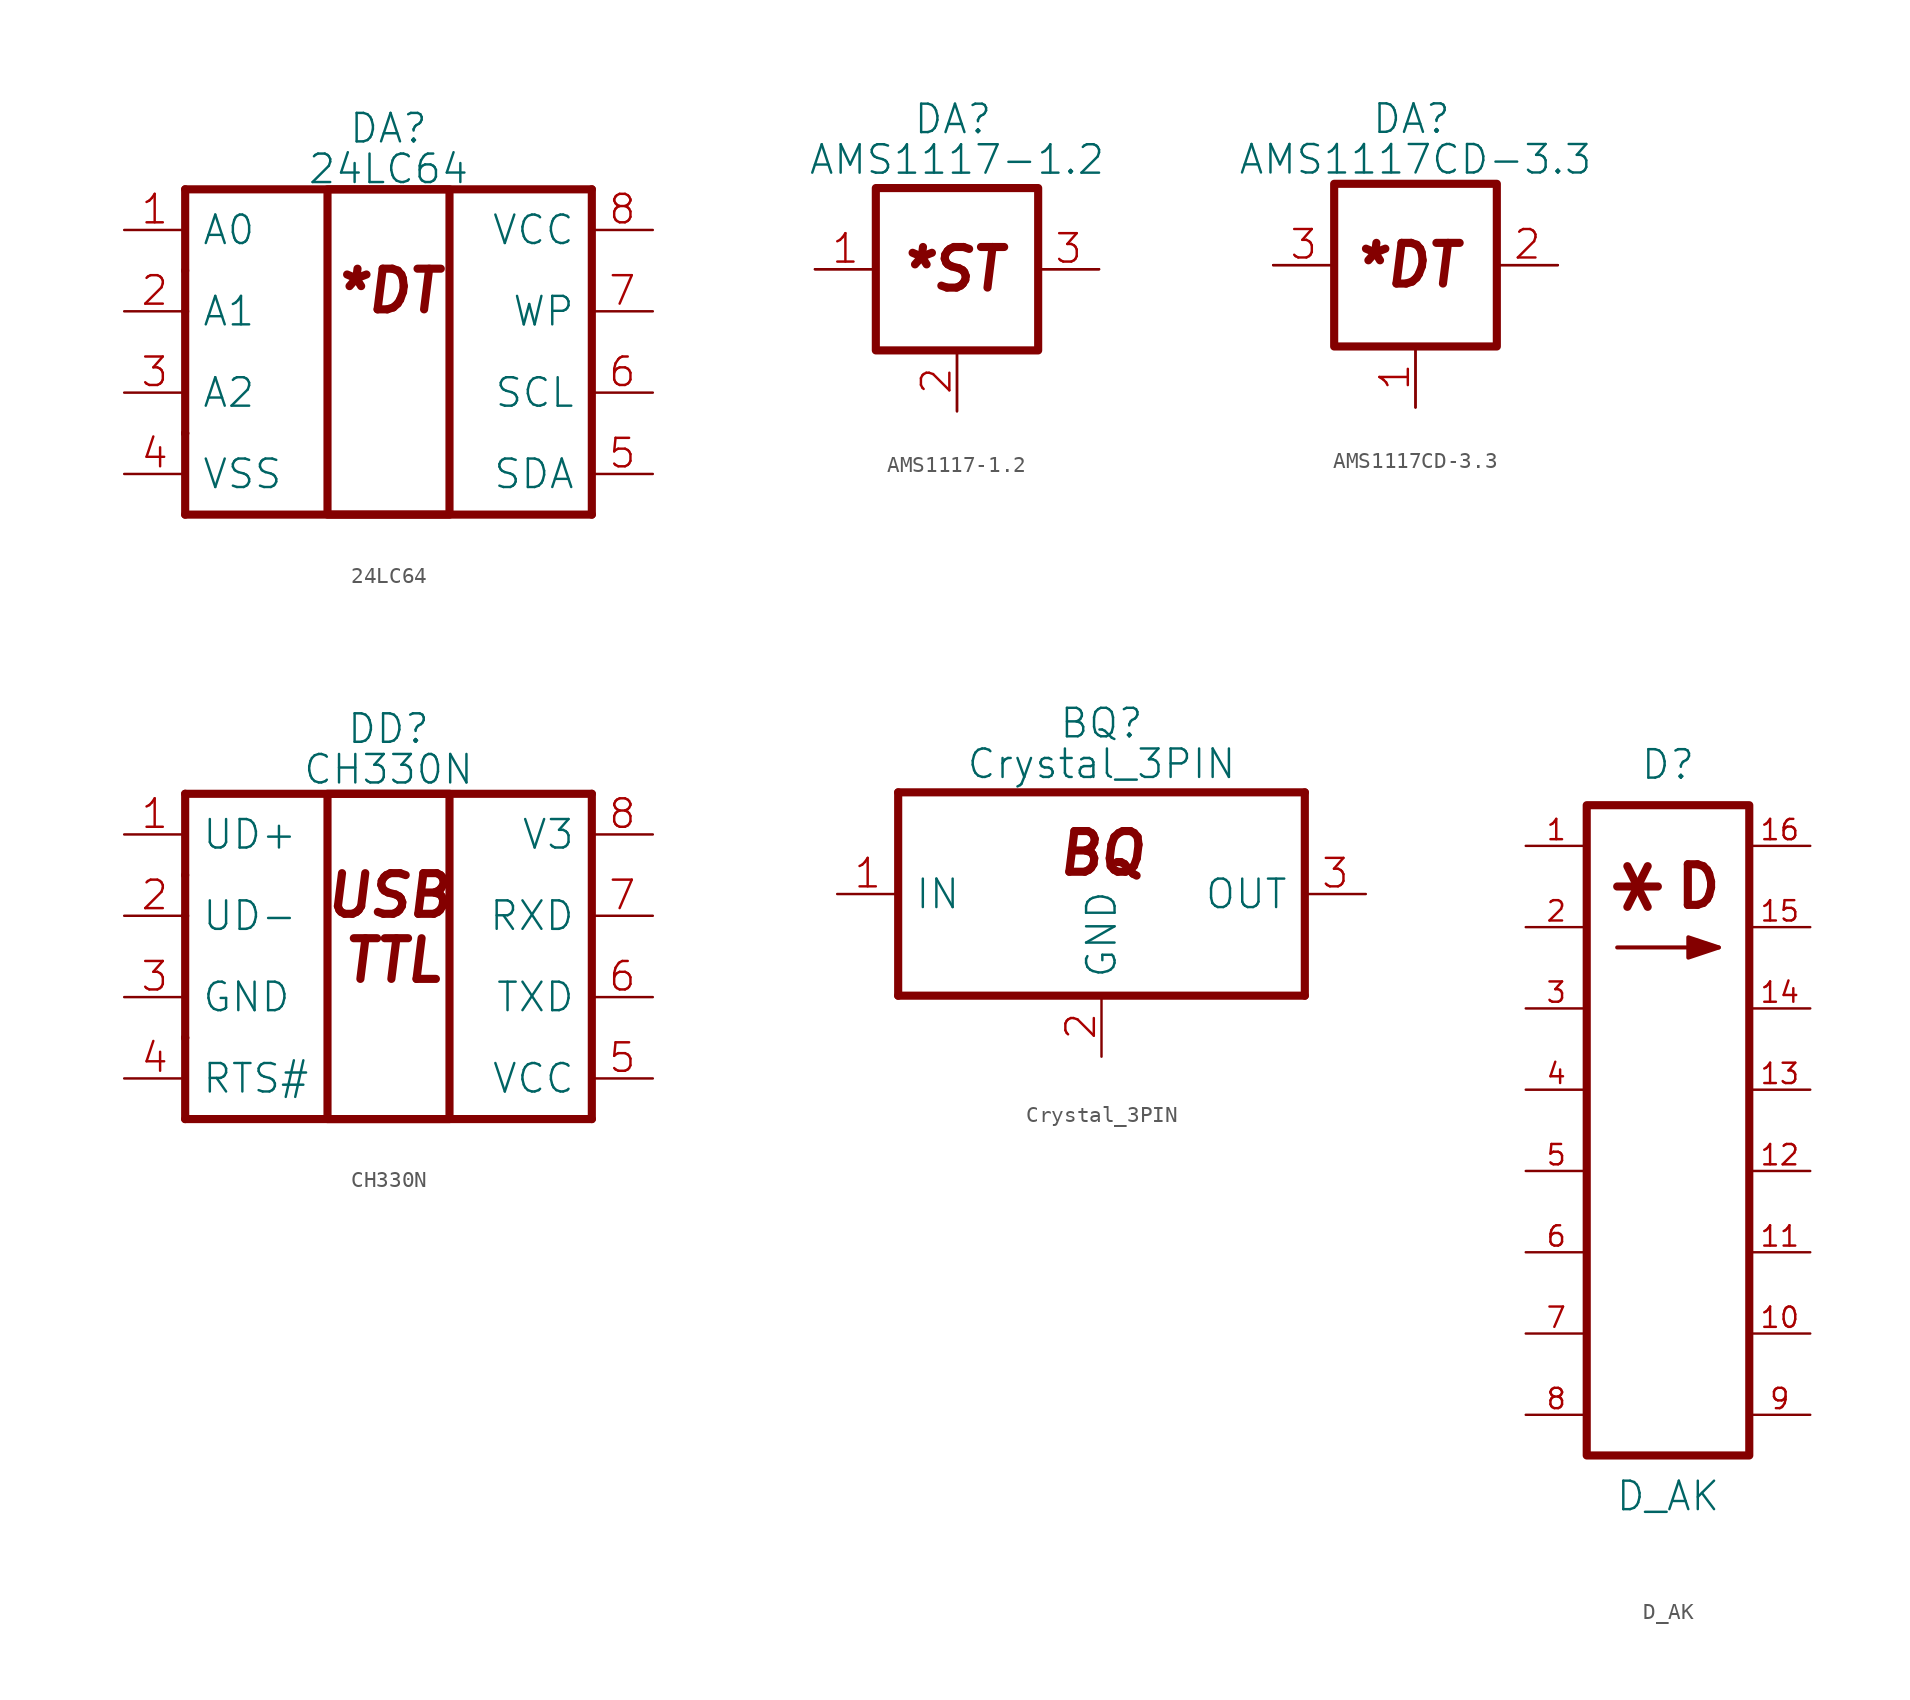
<source format=kicad_sym>
(kicad_symbol_lib
  (version 20211014)
  (generator kicad_symbol_editor)
  (symbol "24LC64"
    (pin_names
      (offset 1.016))
    (property "Reference" "DA"
      (at 0 13.97 0)
      (effects (font (size 1.778 1.778))))
    (property "Value" "24LC64"
      (at 0 11.43 0)
      (effects (font (size 1.778 1.778))))
    (symbol "24LC64_0_1"
      (rectangle (start -3.81 10.16) (end 3.81 -10.16) (stroke (width 0.508) (type default) (color 0 0 0 0)) (fill (type none)))
      (polyline (pts (xy -12.7 -10.16) (xy 12.7 -10.16)) (stroke (width 0.508) (type default) (color 0 0 0 0)) (fill (type none)))
      (polyline (pts (xy -12.7 -5.08) (xy -12.7 -10.16)) (stroke (width 0.508) (type default) (color 0 0 0 0)) (fill (type none)))
      (polyline (pts (xy 12.7 -10.16) (xy 12.7 10.16)) (stroke (width 0.508) (type default) (color 0 0 0 0)) (fill (type none)))
      (polyline (pts (xy 12.7 10.16) (xy -12.7 10.16)) (stroke (width 0.508) (type default) (color 0 0 0 0)) (fill (type none))))
    (symbol "24LC64_1_1"
      (polyline (pts (xy -12.7 -5.08) (xy -12.7 -5.08)) (stroke (width 0.508) (type default) (color 0 0 0 0)) (fill (type none)))
      (polyline (pts (xy -12.7 -5.08) (xy -12.7 5.08)) (stroke (width 0.508) (type default) (color 0 0 0 0)) (fill (type none)))
      (polyline (pts (xy -12.7 2.54) (xy -12.7 2.54)) (stroke (width 0.508) (type default) (color 0 0 0 0)) (fill (type none)))
      (polyline (pts (xy -12.7 5.08) (xy -12.7 5.08)) (stroke (width 0) (type default) (color 0 0 0 0)) (fill (type none)))
      (polyline (pts (xy -12.7 10.16) (xy -12.7 5.08)) (stroke (width 0.508) (type default) (color 0 0 0 0)) (fill (type none)))
      (text "*DT" (at 0 3.81 0) (effects (font (size 2.54 2.54) bold italic)))
      (pin input line (at -16.51 7.62 0) (length 3.81) (name "A0" (effects (font (size 1.778 1.778)))) (number "1" (effects (font (size 1.778 1.778)))))
      (pin input line (at -16.51 2.54 0) (length 3.81) (name "A1" (effects (font (size 1.778 1.778)))) (number "2" (effects (font (size 1.778 1.778)))))
      (pin input line (at -16.51 -2.54 0) (length 3.81) (name "A2" (effects (font (size 1.778 1.778)))) (number "3" (effects (font (size 1.778 1.778)))))
      (pin power_in line (at -16.51 -7.62 0) (length 3.81) (name "VSS" (effects (font (size 1.778 1.778)))) (number "4" (effects (font (size 1.778 1.778)))))
      (pin input line (at 16.51 -7.62 180) (length 3.81) (name "SDA" (effects (font (size 1.778 1.778)))) (number "5" (effects (font (size 1.778 1.778)))))
      (pin input line (at 16.51 -2.54 180) (length 3.81) (name "SCL" (effects (font (size 1.778 1.778)))) (number "6" (effects (font (size 1.778 1.778)))))
      (pin input line (at 16.51 2.54 180) (length 3.81) (name "WP" (effects (font (size 1.778 1.778)))) (number "7" (effects (font (size 1.778 1.778)))))
      (pin power_in line (at 16.51 7.62 180) (length 3.81) (name "VCC" (effects (font (size 1.778 1.778)))) (number "8" (effects (font (size 1.778 1.778)))))))
  (symbol "AMS1117-1.2"
    (pin_names
      (offset 1.016) hide)
    (property "Reference" "DA"
      (at -0.254 9.398 0)
      (effects (font (size 1.778 1.778))))
    (property "Value" "AMS1117-1.2"
      (at 0 6.858 0)
      (effects (font (size 1.778 1.778))))
    (symbol "AMS1117-1.2_1_1"
      (rectangle (start -5.08 5.08) (end 5.08 -5.08) (stroke (width 0.508) (type default) (color 0 0 0 0)) (fill (type none)))
      (polyline (pts (xy -8.89 0) (xy -5.08 0)) (stroke (width 0) (type default) (color 0 0 0 0)) (fill (type none)))
      (polyline (pts (xy 0 -5.08) (xy 0 -8.89)) (stroke (width 0) (type default) (color 0 0 0 0)) (fill (type none)))
      (polyline (pts (xy 5.08 0) (xy 8.89 0)) (stroke (width 0) (type default) (color 0 0 0 0)) (fill (type none)))
      (text "*ST" (at -0.254 0 0) (effects (font (size 2.54 2.54) bold italic)))
      (pin power_in line (at -8.89 0 0) (length 3.81) (name "IN" (effects (font (size 1.778 1.778)))) (number "1" (effects (font (size 1.778 1.778)))))
      (pin power_in line (at 0 -8.89 90) (length 3.81) (name "GND" (effects (font (size 1.778 1.778)))) (number "2" (effects (font (size 1.778 1.778)))))
      (pin power_out line (at 8.89 0 180) (length 3.81) (name "OUT" (effects (font (size 1.778 1.778)))) (number "3" (effects (font (size 1.778 1.778)))))))
  (symbol "AMS1117CD-3.3"
    (pin_names
      (offset 2.007) hide)
    (property "Reference" "DA"
      (at -0.254 9.144 0)
      (effects (font (size 1.778 1.778))))
    (property "Value" "AMS1117CD-3.3"
      (at 0 6.604 0)
      (effects (font (size 1.778 1.778))))
    (symbol "AMS1117CD-3.3_1_1"
      (rectangle (start -5.08 5.08) (end 5.08 -5.08) (stroke (width 0.508) (type default) (color 0 0 0 0)) (fill (type none)))
      (polyline (pts (xy -5.08 0) (xy -8.89 0)) (stroke (width 0) (type default) (color 0 0 0 0)) (fill (type none)))
      (polyline (pts (xy 0 -8.89) (xy 0 -5.08)) (stroke (width 0) (type default) (color 0 0 0 0)) (fill (type none)))
      (polyline (pts (xy 5.08 0) (xy 8.89 0)) (stroke (width 0) (type default) (color 0 0 0 0)) (fill (type none)))
      (text "*DT" (at -0.508 0 0) (effects (font (size 2.54 2.54) bold italic)))
      (pin power_in line (at 0 -8.89 90) (length 3.81) (name "IN" (effects (font (size 1.778 1.778)))) (number "1" (effects (font (size 1.778 1.778)))))
      (pin power_in line (at 8.89 0 180) (length 3.81) (name "GND" (effects (font (size 1.778 1.778)))) (number "2" (effects (font (size 1.778 1.778)))))
      (pin power_out line (at -8.89 0 0) (length 3.81) (name "OUTPUT" (effects (font (size 1.778 1.778)))) (number "3" (effects (font (size 1.778 1.778)))))))
  (symbol "CH330N"
    (pin_names
      (offset 1.016))
    (property "Reference" "DD"
      (at 0 14.224 0)
      (effects (font (size 1.778 1.778))))
    (property "Value" "CH330N"
      (at 0 11.684 0)
      (effects (font (size 1.778 1.778))))
    (symbol "CH330N_0_1"
      (rectangle (start -3.81 10.16) (end 3.81 -10.16) (stroke (width 0.508) (type default) (color 0 0 0 0)) (fill (type none)))
      (polyline (pts (xy -12.7 -10.16) (xy 12.7 -10.16)) (stroke (width 0.508) (type default) (color 0 0 0 0)) (fill (type none)))
      (polyline (pts (xy -12.7 -5.08) (xy -12.7 -10.16)) (stroke (width 0.508) (type default) (color 0 0 0 0)) (fill (type none)))
      (polyline (pts (xy 12.7 -10.16) (xy 12.7 10.16)) (stroke (width 0.508) (type default) (color 0 0 0 0)) (fill (type none)))
      (polyline (pts (xy 12.7 10.16) (xy -12.7 10.16)) (stroke (width 0.508) (type default) (color 0 0 0 0)) (fill (type none))))
    (symbol "CH330N_1_1"
      (polyline (pts (xy -12.7 -5.08) (xy -12.7 -5.08)) (stroke (width 0.508) (type default) (color 0 0 0 0)) (fill (type none)))
      (polyline (pts (xy -12.7 -5.08) (xy -12.7 5.08)) (stroke (width 0.508) (type default) (color 0 0 0 0)) (fill (type none)))
      (polyline (pts (xy -12.7 2.54) (xy -12.7 2.54)) (stroke (width 0.508) (type default) (color 0 0 0 0)) (fill (type none)))
      (polyline (pts (xy -12.7 5.08) (xy -12.7 5.08)) (stroke (width 0) (type default) (color 0 0 0 0)) (fill (type none)))
      (polyline (pts (xy -12.7 10.16) (xy -12.7 5.08)) (stroke (width 0.508) (type default) (color 0 0 0 0)) (fill (type none)))
      (text "TTL" (at 0.254 -0.254 0) (effects (font (size 2.54 2.54) bold italic)))
      (text "USB" (at 0 3.81 0) (effects (font (size 2.54 2.54) bold italic)))
      (pin bidirectional line (at -16.51 7.62 0) (length 3.81) (name "UD+" (effects (font (size 1.778 1.778)))) (number "1" (effects (font (size 1.778 1.778)))))
      (pin bidirectional line (at -16.51 2.54 0) (length 3.81) (name "UD-" (effects (font (size 1.778 1.778)))) (number "2" (effects (font (size 1.778 1.778)))))
      (pin power_in line (at -16.51 -2.54 0) (length 3.81) (name "GND" (effects (font (size 1.778 1.778)))) (number "3" (effects (font (size 1.778 1.778)))))
      (pin input line (at -16.51 -7.62 0) (length 3.81) (name "RTS#" (effects (font (size 1.778 1.778)))) (number "4" (effects (font (size 1.778 1.778)))))
      (pin power_in line (at 16.51 -7.62 180) (length 3.81) (name "VCC" (effects (font (size 1.778 1.778)))) (number "5" (effects (font (size 1.778 1.778)))))
      (pin output line (at 16.51 -2.54 180) (length 3.81) (name "TXD" (effects (font (size 1.778 1.778)))) (number "6" (effects (font (size 1.778 1.778)))))
      (pin input line (at 16.51 2.54 180) (length 3.81) (name "RXD" (effects (font (size 1.778 1.778)))) (number "7" (effects (font (size 1.778 1.778)))))
      (pin passive line (at 16.51 7.62 180) (length 3.81) (name "V3" (effects (font (size 1.778 1.778)))) (number "8" (effects (font (size 1.778 1.778)))))))
  (symbol "Crystal_3PIN"
    (pin_names
      (offset 1.016))
    (property "Reference" "BQ"
      (at 0 14.478 0)
      (effects (font (size 1.778 1.778))))
    (property "Value" "Crystal_3PIN"
      (at 0 11.938 0)
      (effects (font (size 1.778 1.778))))
    (symbol "Crystal_3PIN_0_1"
      (polyline (pts (xy -12.7 -2.54) (xy 12.7 -2.54)) (stroke (width 0.508) (type default) (color 0 0 0 0)) (fill (type none)))
      (polyline (pts (xy -12.7 10.16) (xy -12.7 -2.54)) (stroke (width 0.508) (type default) (color 0 0 0 0)) (fill (type none)))
      (polyline (pts (xy 12.7 -2.54) (xy 12.7 10.16)) (stroke (width 0.508) (type default) (color 0 0 0 0)) (fill (type none)))
      (polyline (pts (xy 12.7 10.16) (xy -12.7 10.16)) (stroke (width 0.508) (type default) (color 0 0 0 0)) (fill (type none))))
    (symbol "Crystal_3PIN_1_1"
      (text "BQ" (at 0 6.35 0) (effects (font (size 2.54 2.54) bold italic)))
      (pin input line (at -16.51 3.81 0) (length 3.81) (name "IN" (effects (font (size 1.778 1.778)))) (number "1" (effects (font (size 1.778 1.778)))))
      (pin power_in line (at 0 -6.35 90) (length 3.81) (name "GND" (effects (font (size 1.778 1.778)))) (number "2" (effects (font (size 1.778 1.778)))))
      (pin output line (at 16.51 3.81 180) (length 3.81) (name "OUT" (effects (font (size 1.778 1.778)))) (number "3" (effects (font (size 1.778 1.778)))))))
  (symbol "D_AK"
    (pin_names
      (offset 1.27))
    (property "Reference" "D"
      (at 0 22.86 0)
      (effects (font (size 1.778 1.778))))
    (property "Value" "D_AK"
      (at 0 -22.86 0)
      (effects (font (size 1.778 1.778))))
    (symbol "D_AK_0_0"
      (polyline (pts (xy -3.175 11.43) (xy 3.175 11.43)) (stroke (width 0.254) (type default) (color 0 0 0 0)) (fill (type none)))
      (polyline (pts (xy -3.175 15.24) (xy -0.635 15.24)) (stroke (width 0.508) (type default) (color 0 0 0 0)) (fill (type none)))
      (polyline (pts (xy -2.54 16.51) (xy -1.27 13.97)) (stroke (width 0.508) (type default) (color 0 0 0 0)) (fill (type none)))
      (polyline (pts (xy -1.27 16.51) (xy -2.54 13.97)) (stroke (width 0.508) (type default) (color 0 0 0 0)) (fill (type none)))
      (polyline (pts (xy 3.175 11.43) (xy 1.27 12.065) (xy 1.27 10.795) (xy 3.175 11.43)) (stroke (width 0.254) (type default) (color 0 0 0 0)) (fill (type outline)))
      (text "D" (at 1.905 15.24 0) (effects (font (size 2.54 2.54) bold))))
    (symbol "D_AK_0_1"
      (rectangle (start -5.08 20.32) (end 5.08 -20.32) (stroke (width 0.508) (type default) (color 0 0 0 0)) (fill (type none))))
    (symbol "D_AK_1_1"
      (pin passive line (at -8.89 17.78 0) (length 3.81) (name "~" (effects (font (size 1.778 1.778)))) (number "1" (effects (font (size 1.27 1.27)))))
      (pin passive line (at 8.89 -12.7 180) (length 3.81) (name "~" (effects (font (size 1.778 1.778)))) (number "10" (effects (font (size 1.27 1.27)))))
      (pin passive line (at 8.89 -7.62 180) (length 3.81) (name "~" (effects (font (size 1.778 1.778)))) (number "11" (effects (font (size 1.27 1.27)))))
      (pin passive line (at 8.89 -2.54 180) (length 3.81) (name "~" (effects (font (size 1.778 1.778)))) (number "12" (effects (font (size 1.27 1.27)))))
      (pin passive line (at 8.89 2.54 180) (length 3.81) (name "~" (effects (font (size 1.778 1.778)))) (number "13" (effects (font (size 1.27 1.27)))))
      (pin passive line (at 8.89 7.62 180) (length 3.81) (name "~" (effects (font (size 1.778 1.778)))) (number "14" (effects (font (size 1.27 1.27)))))
      (pin passive line (at 8.89 12.7 180) (length 3.81) (name "~" (effects (font (size 1.778 1.778)))) (number "15" (effects (font (size 1.27 1.27)))))
      (pin passive line (at 8.89 17.78 180) (length 3.81) (name "~" (effects (font (size 1.778 1.778)))) (number "16" (effects (font (size 1.27 1.27)))))
      (pin passive line (at -8.89 12.7 0) (length 3.81) (name "~" (effects (font (size 1.778 1.778)))) (number "2" (effects (font (size 1.27 1.27)))))
      (pin passive line (at -8.89 7.62 0) (length 3.81) (name "~" (effects (font (size 1.778 1.778)))) (number "3" (effects (font (size 1.27 1.27)))))
      (pin passive line (at -8.89 2.54 0) (length 3.81) (name "~" (effects (font (size 1.778 1.778)))) (number "4" (effects (font (size 1.27 1.27)))))
      (pin passive line (at -8.89 -2.54 0) (length 3.81) (name "~" (effects (font (size 1.778 1.778)))) (number "5" (effects (font (size 1.27 1.27)))))
      (pin passive line (at -8.89 -7.62 0) (length 3.81) (name "~" (effects (font (size 1.778 1.778)))) (number "6" (effects (font (size 1.27 1.27)))))
      (pin passive line (at -8.89 -12.7 0) (length 3.81) (name "~" (effects (font (size 1.778 1.778)))) (number "7" (effects (font (size 1.27 1.27)))))
      (pin passive line (at -8.89 -17.78 0) (length 3.81) (name "~" (effects (font (size 1.778 1.778)))) (number "8" (effects (font (size 1.27 1.27)))))
      (pin passive line (at 8.89 -17.78 180) (length 3.81) (name "~" (effects (font (size 1.778 1.778)))) (number "9" (effects (font (size 1.27 1.27))))))))
</source>
